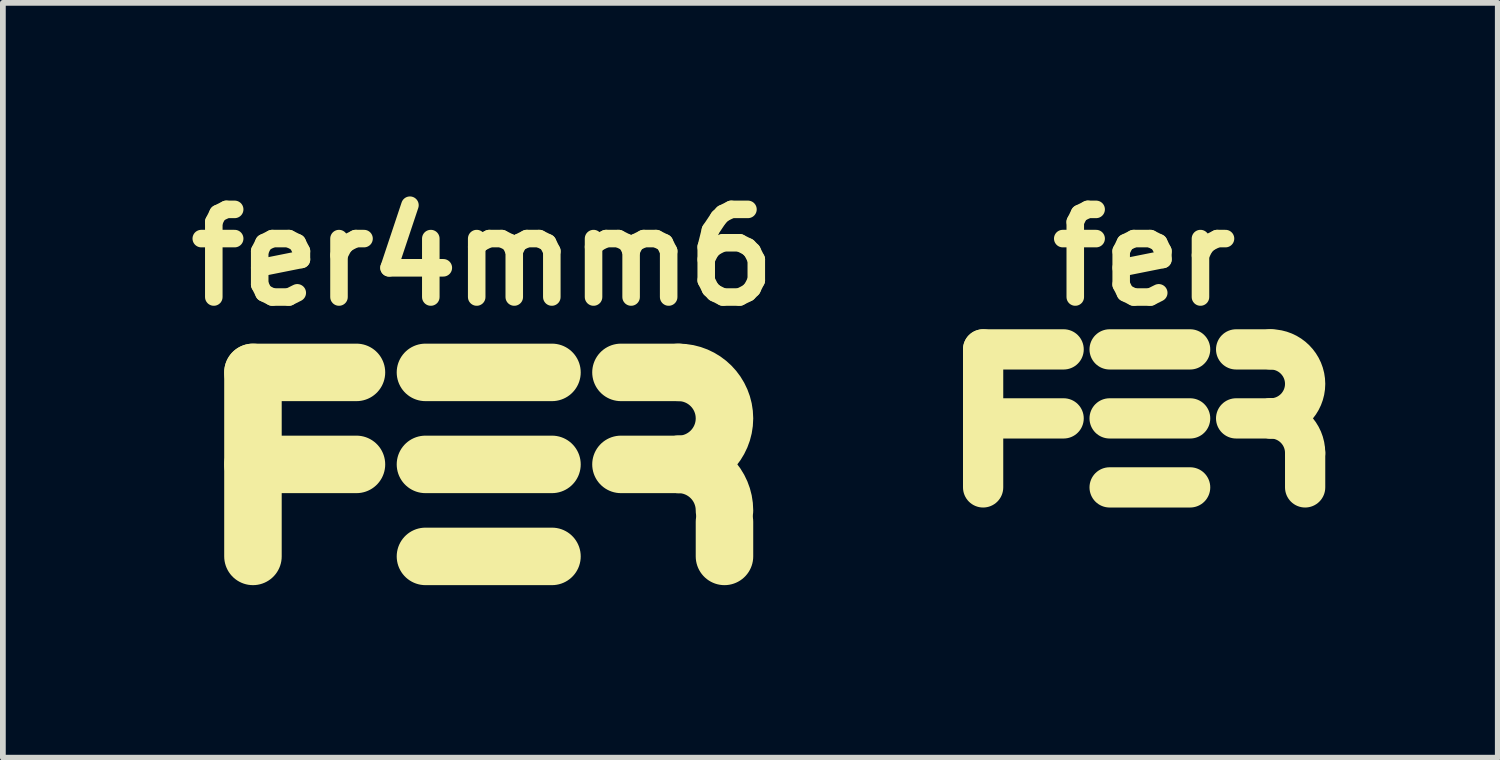
<source format=kicad_pcb>
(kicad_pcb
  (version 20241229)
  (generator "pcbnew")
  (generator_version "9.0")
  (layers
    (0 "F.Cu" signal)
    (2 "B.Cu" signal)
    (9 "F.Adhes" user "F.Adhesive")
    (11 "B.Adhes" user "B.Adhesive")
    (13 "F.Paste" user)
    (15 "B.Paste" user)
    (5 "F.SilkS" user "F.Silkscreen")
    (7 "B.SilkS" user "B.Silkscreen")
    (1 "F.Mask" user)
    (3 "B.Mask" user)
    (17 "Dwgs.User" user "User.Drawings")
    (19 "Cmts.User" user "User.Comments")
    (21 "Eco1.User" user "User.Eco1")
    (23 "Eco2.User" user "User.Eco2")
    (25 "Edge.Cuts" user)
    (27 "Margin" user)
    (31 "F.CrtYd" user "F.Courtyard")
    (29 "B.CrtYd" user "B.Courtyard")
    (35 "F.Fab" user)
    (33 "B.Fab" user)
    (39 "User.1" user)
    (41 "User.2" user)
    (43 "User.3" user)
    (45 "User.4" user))
  (footprint "fer4mm6"
    (layer "F.Cu")
    (at 5.349 5.026)
    (property "Reference" "fer4mm6" (at 0 -3.6 0) (layer "F.SilkS") (effects (font (size 1.524 1.524) (thickness 0.305))))
    (attr through_hole)
    (fp_line (start -4 -1.6) (end -4 1.6) (stroke (width 1) (type solid)) (layer "F.SilkS"))
    (fp_line (start -4 -1.6) (end -2.2 -1.6) (stroke (width 1) (type solid)) (layer "F.SilkS"))
    (fp_line (start -4 0) (end -2.2 0) (stroke (width 1) (type solid)) (layer "F.SilkS"))
    (fp_line (start -1 -1.6) (end 1.2 -1.6) (stroke (width 1) (type solid)) (layer "F.SilkS"))
    (fp_line (start -1 0) (end 1.2 0) (stroke (width 1) (type solid)) (layer "F.SilkS"))
    (fp_line (start -1 1.6) (end 1.2 1.6) (stroke (width 1) (type solid)) (layer "F.SilkS"))
    (fp_line (start 2.4 -1.6) (end 3.4 -1.6) (stroke (width 1) (type solid)) (layer "F.SilkS"))
    (fp_line (start 2.4 0) (end 3.4 0) (stroke (width 1) (type solid)) (layer "F.SilkS"))
    (fp_line (start 4.2 1) (end 4.2 1.6) (stroke (width 1) (type solid)) (layer "F.SilkS"))
    (fp_arc (start 3.4 -1.6) (mid 4.2 -0.8) (end 3.4 0) (stroke (width 1) (type solid)) (layer "F.SilkS"))
    (fp_arc (start 3.4 0) (mid 3.965685 0.234315) (end 4.2 0.8) (stroke (width 1) (type solid)) (layer "F.SilkS")))
  (footprint "fer"
    (layer "F.Cu")
    (at 16.847 4.226)
    (property "Reference" "fer" (at 0 -2.8 0) (layer "F.SilkS") (effects (font (size 1.524 1.524) (thickness 0.305))))
    (attr smd)
    (fp_line (start -2.8 -1.2) (end -2.8 1.2) (stroke (width 0.7) (type solid)) (layer "F.SilkS"))
    (fp_line (start -2.8 -1.2) (end -1.4 -1.2) (stroke (width 0.7) (type solid)) (layer "F.SilkS"))
    (fp_line (start -2.8 0) (end -1.4 0) (stroke (width 0.7) (type solid)) (layer "F.SilkS"))
    (fp_line (start -0.6 -1.2) (end 0.8 -1.2) (stroke (width 0.7) (type solid)) (layer "F.SilkS"))
    (fp_line (start -0.6 0) (end 0.8 0) (stroke (width 0.7) (type solid)) (layer "F.SilkS"))
    (fp_line (start -0.6 1.2) (end 0.8 1.2) (stroke (width 0.7) (type solid)) (layer "F.SilkS"))
    (fp_line (start 1.6 -1.2) (end 2.2 -1.2) (stroke (width 0.7) (type solid)) (layer "F.SilkS"))
    (fp_line (start 1.6 0) (end 2.2 0) (stroke (width 0.7) (type solid)) (layer "F.SilkS"))
    (fp_line (start 2.8 0.6) (end 2.8 1.2) (stroke (width 0.7) (type solid)) (layer "F.SilkS"))
    (fp_arc (start 2.2 -1.2) (mid 2.8 -0.6) (end 2.2 0) (stroke (width 0.7) (type solid)) (layer "F.SilkS"))
    (fp_arc (start 2.2 0) (mid 2.624264 0.175736) (end 2.8 0.6) (stroke (width 0.7) (type solid)) (layer "F.SilkS")))
  (gr_rect
    (start -3 -3)
    (end 22.997 10.126)
    (stroke (width 0.1) (type default))
    (fill no)
    (layer "Edge.Cuts")))
</source>
